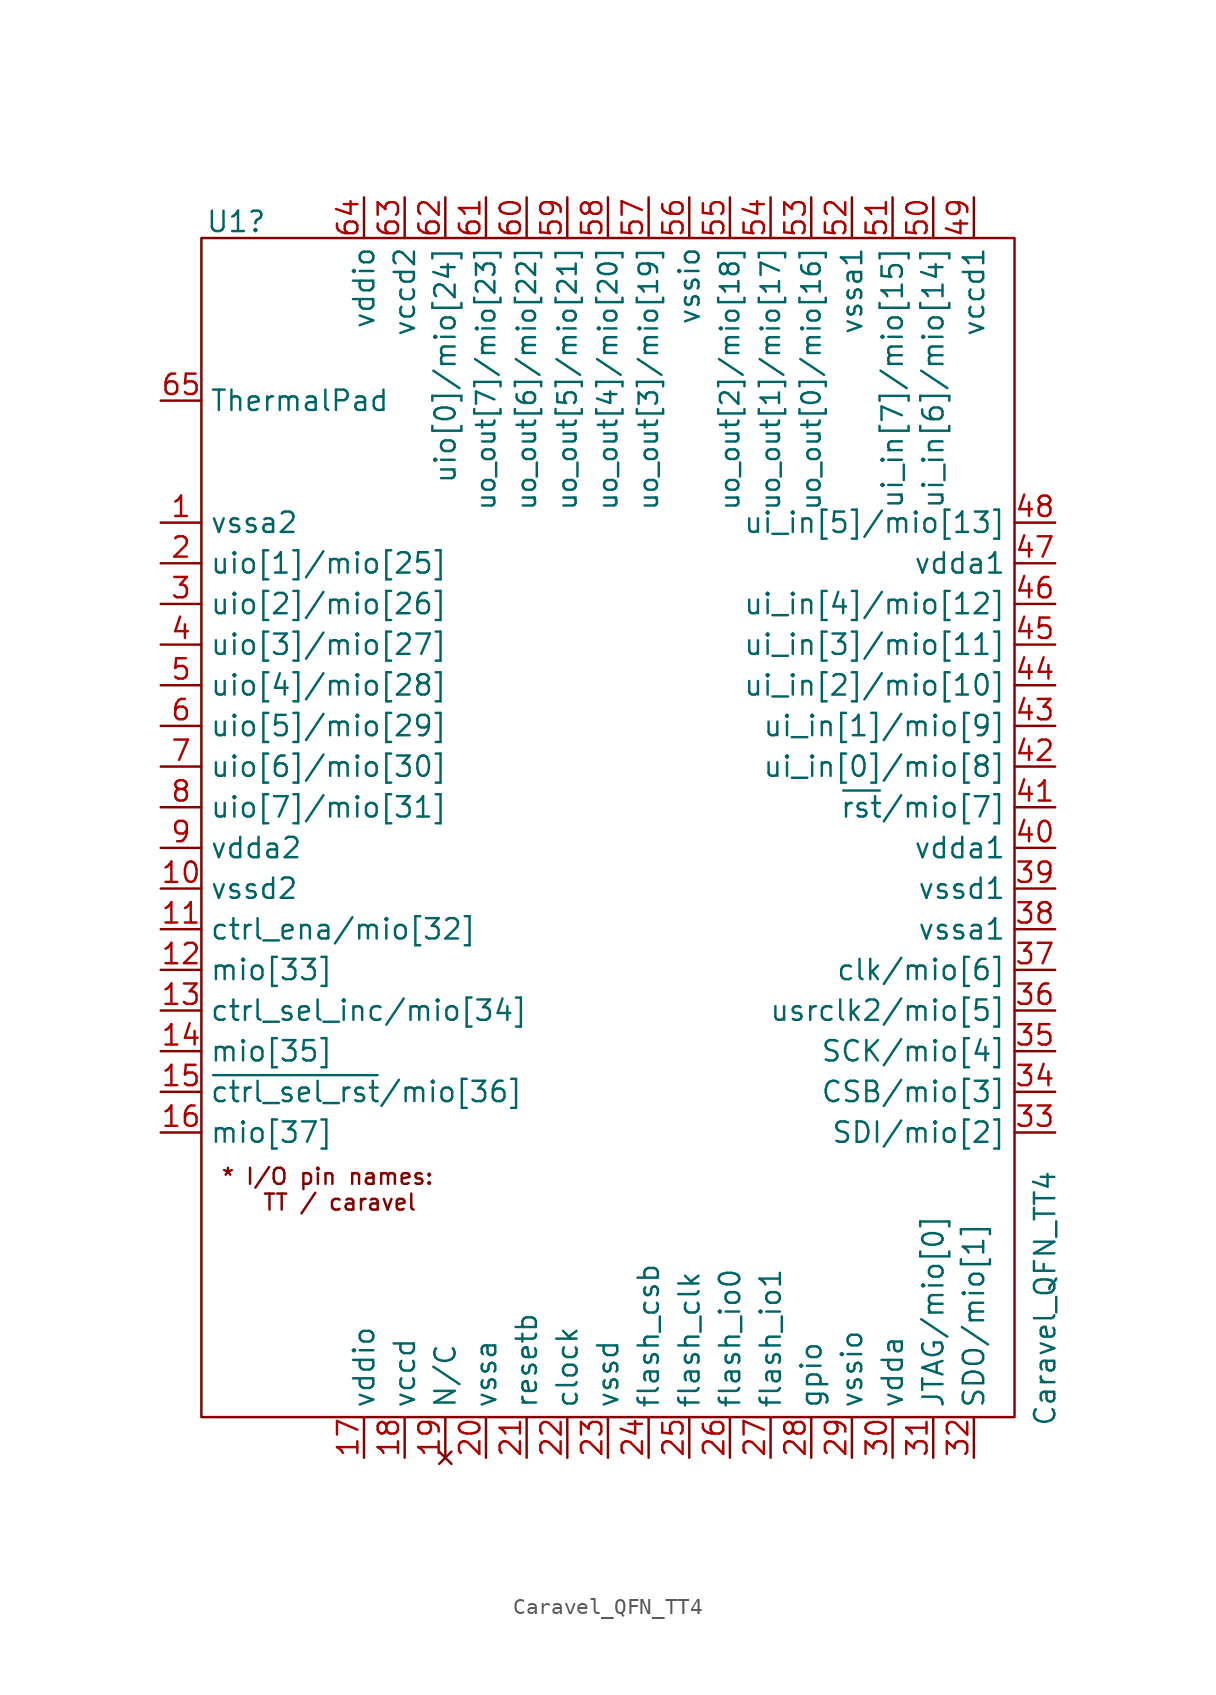
<source format=kicad_sym>
(kicad_symbol_lib
  (version 20220914)
  (generator kicad_symbol_editor)
  (symbol "Caravel_QFN_TT4"
    (property "Reference" "U1"
      (at -26.416 41.656 0)
      (effects (font (size 1.27 1.27)) (justify left)))
    (property "Value" "Caravel_QFN_TT4"
      (at 26.035 -33.655 90)
      (effects (font (size 1.27 1.27)) (justify left)))
    (symbol "Caravel_QFN_TT4_0_1"
      (rectangle (start -26.67 40.64) (end 24.13 -33.02) (stroke (width 0) (type default)) (fill (type none))))
    (symbol "Caravel_QFN_TT4_1_1"
      (text "* I/O pin names:\n  TT / caravel" (at -18.796 -18.796 0) (effects (font (size 1 1))))
      (pin power_in line (at -29.21 22.86 0) (length 2.54) (name "vssa2" (effects (font (size 1.27 1.27)))) (number "1" (effects (font (size 1.27 1.27)))))
      (pin power_in line (at -29.21 0 0) (length 2.54) (name "vssd2" (effects (font (size 1.27 1.27)))) (number "10" (effects (font (size 1.27 1.27)))))
      (pin bidirectional line (at -29.21 -2.54 0) (length 2.54) (name "ctrl_ena/mio[32]" (effects (font (size 1.27 1.27)))) (number "11" (effects (font (size 1.27 1.27)))))
      (pin bidirectional line (at -29.21 -5.08 0) (length 2.54) (name "mio[33]" (effects (font (size 1.27 1.27)))) (number "12" (effects (font (size 1.27 1.27)))))
      (pin bidirectional line (at -29.21 -7.62 0) (length 2.54) (name "ctrl_sel_inc/mio[34]" (effects (font (size 1.27 1.27)))) (number "13" (effects (font (size 1.27 1.27)))))
      (pin bidirectional line (at -29.21 -10.16 0) (length 2.54) (name "mio[35]" (effects (font (size 1.27 1.27)))) (number "14" (effects (font (size 1.27 1.27)))))
      (pin bidirectional line (at -29.21 -12.7 0) (length 2.54) (name "~{ctrl_sel_rst}/mio[36]" (effects (font (size 1.27 1.27)))) (number "15" (effects (font (size 1.27 1.27)))))
      (pin bidirectional line (at -29.21 -15.24 0) (length 2.54) (name "mio[37]" (effects (font (size 1.27 1.27)))) (number "16" (effects (font (size 1.27 1.27)))))
      (pin power_in line (at -16.51 -35.56 90) (length 2.54) (name "vddio" (effects (font (size 1.27 1.27)))) (number "17" (effects (font (size 1.27 1.27)))))
      (pin power_in line (at -13.97 -35.56 90) (length 2.54) (name "vccd" (effects (font (size 1.27 1.27)))) (number "18" (effects (font (size 1.27 1.27)))))
      (pin no_connect line (at -11.43 -35.56 90) (length 2.54) (name "N/C" (effects (font (size 1.27 1.27)))) (number "19" (effects (font (size 1.27 1.27)))))
      (pin bidirectional line (at -29.21 20.32 0) (length 2.54) (name "uio[1]/mio[25]" (effects (font (size 1.27 1.27)))) (number "2" (effects (font (size 1.27 1.27)))))
      (pin power_in line (at -8.89 -35.56 90) (length 2.54) (name "vssa" (effects (font (size 1.27 1.27)))) (number "20" (effects (font (size 1.27 1.27)))))
      (pin input line (at -6.35 -35.56 90) (length 2.54) (name "resetb" (effects (font (size 1.27 1.27)))) (number "21" (effects (font (size 1.27 1.27)))))
      (pin input line (at -3.81 -35.56 90) (length 2.54) (name "clock" (effects (font (size 1.27 1.27)))) (number "22" (effects (font (size 1.27 1.27)))))
      (pin power_in line (at -1.27 -35.56 90) (length 2.54) (name "vssd" (effects (font (size 1.27 1.27)))) (number "23" (effects (font (size 1.27 1.27)))))
      (pin output line (at 1.27 -35.56 90) (length 2.54) (name "flash_csb" (effects (font (size 1.27 1.27)))) (number "24" (effects (font (size 1.27 1.27)))))
      (pin output line (at 3.81 -35.56 90) (length 2.54) (name "flash_clk" (effects (font (size 1.27 1.27)))) (number "25" (effects (font (size 1.27 1.27)))))
      (pin bidirectional line (at 6.35 -35.56 90) (length 2.54) (name "flash_io0" (effects (font (size 1.27 1.27)))) (number "26" (effects (font (size 1.27 1.27)))))
      (pin bidirectional line (at 8.89 -35.56 90) (length 2.54) (name "flash_io1" (effects (font (size 1.27 1.27)))) (number "27" (effects (font (size 1.27 1.27)))))
      (pin bidirectional line (at 11.43 -35.56 90) (length 2.54) (name "gpio" (effects (font (size 1.27 1.27)))) (number "28" (effects (font (size 1.27 1.27)))))
      (pin power_in line (at 13.97 -35.56 90) (length 2.54) (name "vssio" (effects (font (size 1.27 1.27)))) (number "29" (effects (font (size 1.27 1.27)))))
      (pin bidirectional line (at -29.21 17.78 0) (length 2.54) (name "uio[2]/mio[26]" (effects (font (size 1.27 1.27)))) (number "3" (effects (font (size 1.27 1.27)))))
      (pin power_in line (at 16.51 -35.56 90) (length 2.54) (name "vdda" (effects (font (size 1.27 1.27)))) (number "30" (effects (font (size 1.27 1.27)))))
      (pin bidirectional line (at 19.05 -35.56 90) (length 2.54) (name "JTAG/mio[0]" (effects (font (size 1.27 1.27)))) (number "31" (effects (font (size 1.27 1.27)))))
      (pin bidirectional line (at 21.59 -35.56 90) (length 2.54) (name "SDO/mio[1]" (effects (font (size 1.27 1.27)))) (number "32" (effects (font (size 1.27 1.27)))))
      (pin bidirectional line (at 26.67 -15.24 180) (length 2.54) (name "SDI/mio[2]" (effects (font (size 1.27 1.27)))) (number "33" (effects (font (size 1.27 1.27)))))
      (pin bidirectional line (at 26.67 -12.7 180) (length 2.54) (name "CSB/mio[3]" (effects (font (size 1.27 1.27)))) (number "34" (effects (font (size 1.27 1.27)))))
      (pin bidirectional line (at 26.67 -10.16 180) (length 2.54) (name "SCK/mio[4]" (effects (font (size 1.27 1.27)))) (number "35" (effects (font (size 1.27 1.27)))))
      (pin bidirectional line (at 26.67 -7.62 180) (length 2.54) (name "usrclk2/mio[5]" (effects (font (size 1.27 1.27)))) (number "36" (effects (font (size 1.27 1.27)))))
      (pin bidirectional line (at 26.67 -5.08 180) (length 2.54) (name "clk/mio[6]" (effects (font (size 1.27 1.27)))) (number "37" (effects (font (size 1.27 1.27)))))
      (pin power_in line (at 26.67 -2.54 180) (length 2.54) (name "vssa1" (effects (font (size 1.27 1.27)))) (number "38" (effects (font (size 1.27 1.27)))))
      (pin power_in line (at 26.67 0 180) (length 2.54) (name "vssd1" (effects (font (size 1.27 1.27)))) (number "39" (effects (font (size 1.27 1.27)))))
      (pin bidirectional line (at -29.21 15.24 0) (length 2.54) (name "uio[3]/mio[27]" (effects (font (size 1.27 1.27)))) (number "4" (effects (font (size 1.27 1.27)))))
      (pin power_in line (at 26.67 2.54 180) (length 2.54) (name "vdda1" (effects (font (size 1.27 1.27)))) (number "40" (effects (font (size 1.27 1.27)))))
      (pin bidirectional line (at 26.67 5.08 180) (length 2.54) (name "~{rst}/mio[7]" (effects (font (size 1.27 1.27)))) (number "41" (effects (font (size 1.27 1.27)))))
      (pin bidirectional line (at 26.67 7.62 180) (length 2.54) (name "ui_in[0]/mio[8]" (effects (font (size 1.27 1.27)))) (number "42" (effects (font (size 1.27 1.27)))))
      (pin bidirectional line (at 26.67 10.16 180) (length 2.54) (name "ui_in[1]/mio[9]" (effects (font (size 1.27 1.27)))) (number "43" (effects (font (size 1.27 1.27)))))
      (pin bidirectional line (at 26.67 12.7 180) (length 2.54) (name "ui_in[2]/mio[10]" (effects (font (size 1.27 1.27)))) (number "44" (effects (font (size 1.27 1.27)))))
      (pin bidirectional line (at 26.67 15.24 180) (length 2.54) (name "ui_in[3]/mio[11]" (effects (font (size 1.27 1.27)))) (number "45" (effects (font (size 1.27 1.27)))))
      (pin bidirectional line (at 26.67 17.78 180) (length 2.54) (name "ui_in[4]/mio[12]" (effects (font (size 1.27 1.27)))) (number "46" (effects (font (size 1.27 1.27)))))
      (pin power_in line (at 26.67 20.32 180) (length 2.54) (name "vdda1" (effects (font (size 1.27 1.27)))) (number "47" (effects (font (size 1.27 1.27)))))
      (pin bidirectional line (at 26.67 22.86 180) (length 2.54) (name "ui_in[5]/mio[13]" (effects (font (size 1.27 1.27)))) (number "48" (effects (font (size 1.27 1.27)))))
      (pin power_in line (at 21.59 43.18 270) (length 2.54) (name "vccd1" (effects (font (size 1.27 1.27)))) (number "49" (effects (font (size 1.27 1.27)))))
      (pin bidirectional line (at -29.21 12.7 0) (length 2.54) (name "uio[4]/mio[28]" (effects (font (size 1.27 1.27)))) (number "5" (effects (font (size 1.27 1.27)))))
      (pin bidirectional line (at 19.05 43.18 270) (length 2.54) (name "ui_in[6]/mio[14]" (effects (font (size 1.27 1.27)))) (number "50" (effects (font (size 1.27 1.27)))))
      (pin bidirectional line (at 16.51 43.18 270) (length 2.54) (name "ui_in[7]/mio[15]" (effects (font (size 1.27 1.27)))) (number "51" (effects (font (size 1.27 1.27)))))
      (pin power_in line (at 13.97 43.18 270) (length 2.54) (name "vssa1" (effects (font (size 1.27 1.27)))) (number "52" (effects (font (size 1.27 1.27)))))
      (pin bidirectional line (at 11.43 43.18 270) (length 2.54) (name "uo_out[0]/mio[16]" (effects (font (size 1.15 1.15)))) (number "53" (effects (font (size 1.27 1.27)))))
      (pin bidirectional line (at 8.89 43.18 270) (length 2.54) (name "uo_out[1]/mio[17]" (effects (font (size 1.15 1.15)))) (number "54" (effects (font (size 1.27 1.27)))))
      (pin bidirectional line (at 6.35 43.18 270) (length 2.54) (name "uo_out[2]/mio[18]" (effects (font (size 1.15 1.15)))) (number "55" (effects (font (size 1.27 1.27)))))
      (pin power_in line (at 3.81 43.18 270) (length 2.54) (name "vssio" (effects (font (size 1.27 1.27)))) (number "56" (effects (font (size 1.27 1.27)))))
      (pin bidirectional line (at 1.27 43.18 270) (length 2.54) (name "uo_out[3]/mio[19]" (effects (font (size 1.15 1.15)))) (number "57" (effects (font (size 1.27 1.27)))))
      (pin bidirectional line (at -1.27 43.18 270) (length 2.54) (name "uo_out[4]/mio[20]" (effects (font (size 1.15 1.15)))) (number "58" (effects (font (size 1.27 1.27)))))
      (pin bidirectional line (at -3.81 43.18 270) (length 2.54) (name "uo_out[5]/mio[21]" (effects (font (size 1.15 1.15)))) (number "59" (effects (font (size 1.27 1.27)))))
      (pin bidirectional line (at -29.21 10.16 0) (length 2.54) (name "uio[5]/mio[29]" (effects (font (size 1.27 1.27)))) (number "6" (effects (font (size 1.27 1.27)))))
      (pin bidirectional line (at -6.35 43.18 270) (length 2.54) (name "uo_out[6]/mio[22]" (effects (font (size 1.15 1.15)))) (number "60" (effects (font (size 1.27 1.27)))))
      (pin bidirectional line (at -8.89 43.18 270) (length 2.54) (name "uo_out[7]/mio[23]" (effects (font (size 1.15 1.15)))) (number "61" (effects (font (size 1.27 1.27)))))
      (pin bidirectional line (at -11.43 43.18 270) (length 2.54) (name "uio[0]/mio[24]" (effects (font (size 1.27 1.27)))) (number "62" (effects (font (size 1.27 1.27)))))
      (pin power_in line (at -13.97 43.18 270) (length 2.54) (name "vccd2" (effects (font (size 1.27 1.27)))) (number "63" (effects (font (size 1.27 1.27)))))
      (pin power_in line (at -16.51 43.18 270) (length 2.54) (name "vddio" (effects (font (size 1.27 1.27)))) (number "64" (effects (font (size 1.27 1.27)))))
      (pin power_in line (at -29.21 30.48 0) (length 2.54) (name "ThermalPad" (effects (font (size 1.27 1.27)))) (number "65" (effects (font (size 1.27 1.27)))))
      (pin bidirectional line (at -29.21 7.62 0) (length 2.54) (name "uio[6]/mio[30]" (effects (font (size 1.27 1.27)))) (number "7" (effects (font (size 1.27 1.27)))))
      (pin bidirectional line (at -29.21 5.08 0) (length 2.54) (name "uio[7]/mio[31]" (effects (font (size 1.27 1.27)))) (number "8" (effects (font (size 1.27 1.27)))))
      (pin power_in line (at -29.21 2.54 0) (length 2.54) (name "vdda2" (effects (font (size 1.27 1.27)))) (number "9" (effects (font (size 1.27 1.27))))))))
</source>
